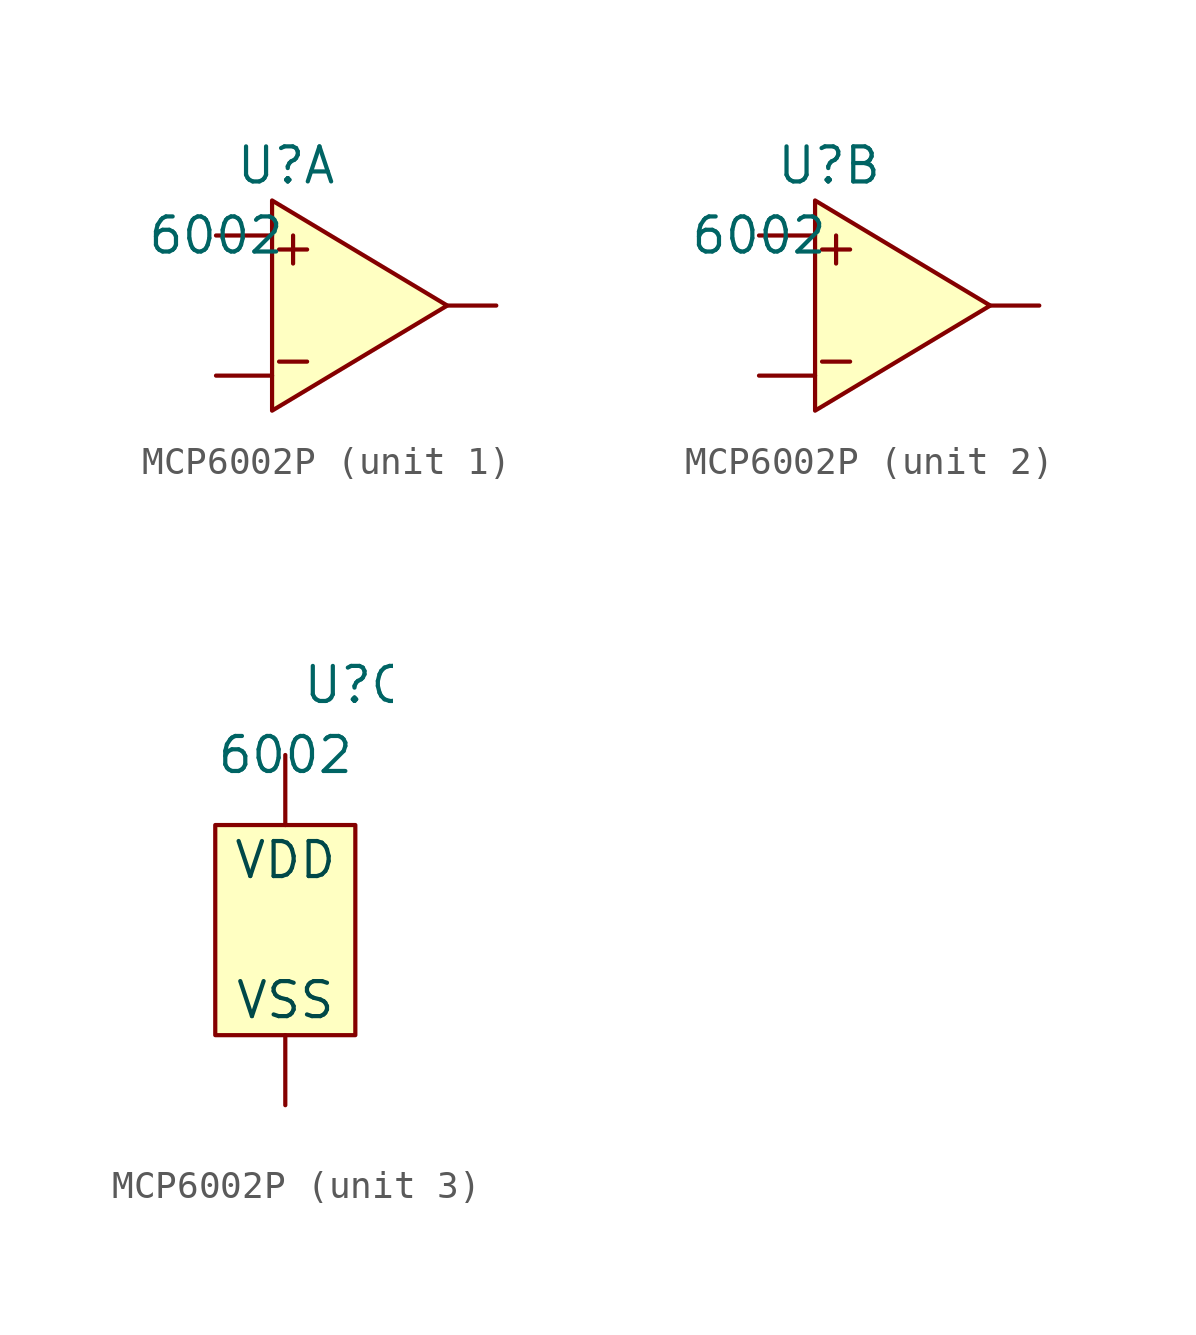
<source format=kicad_sym>
(kicad_symbol_lib
  (version 20231120)
  (generator "kicad_symbol_editor")
  (generator_version "8.0")
  (symbol "MCP6002P"
    (pin_numbers hide)
    (pin_names hide)
    (property "Reference" "U"
      (at 2.54 2.54 0)
      (effects (font (size 1.27 1.27))))
    (property "Value" "6002"
      (at 0 0 0)
      (effects (font (size 1.27 1.27))))
    (property "ki_locked" ""
      (at 0 0 0)
      (effects (font (size 1.27 1.27))))
    (symbol "MCP6002P_1_0"
      (pin bidirectional line (at 10.16 -2.54 180) (length 1.778) (name "AOUT" (effects (font (size 1.27 1.27)))) (number "1" (effects (font (size 1.27 1.27)))))
      (pin bidirectional line (at 0 -5.08 0) (length 2.032) (name "AIN-" (effects (font (size 1.27 1.27)))) (number "2" (effects (font (size 1.27 1.27)))))
      (pin bidirectional line (at 0 0 0) (length 2.032) (name "AIN+" (effects (font (size 1.27 1.27)))) (number "3" (effects (font (size 1.27 1.27))))))
    (symbol "MCP6002P_1_1"
      (polyline (pts (xy 2.286 -4.572) (xy 3.302 -4.572)) (stroke (width 0) (type default)) (fill (type none)))
      (polyline (pts (xy 2.286 -0.508) (xy 3.302 -0.508)) (stroke (width 0) (type default)) (fill (type none)))
      (polyline (pts (xy 2.794 0) (xy 2.794 -1.016)) (stroke (width 0) (type default)) (fill (type none)))
      (polyline (pts (xy 8.382 -2.54) (xy 2.032 1.27) (xy 2.032 -6.35) (xy 8.382 -2.54)) (stroke (width 0) (type default)) (fill (type background))))
    (symbol "MCP6002P_2_0"
      (pin bidirectional line (at 0 0 0) (length 2.032) (name "BIN+" (effects (font (size 1.27 1.27)))) (number "5" (effects (font (size 1.27 1.27)))))
      (pin bidirectional line (at 0 -5.08 0) (length 2.032) (name "BIN-" (effects (font (size 1.27 1.27)))) (number "6" (effects (font (size 1.27 1.27)))))
      (pin bidirectional line (at 10.16 -2.54 180) (length 1.778) (name "BOUT" (effects (font (size 1.27 1.27)))) (number "7" (effects (font (size 1.27 1.27))))))
    (symbol "MCP6002P_2_1"
      (polyline (pts (xy 2.286 -4.572) (xy 3.302 -4.572)) (stroke (width 0) (type default)) (fill (type none)))
      (polyline (pts (xy 2.286 -0.508) (xy 3.302 -0.508)) (stroke (width 0) (type default)) (fill (type none)))
      (polyline (pts (xy 2.794 0) (xy 2.794 -1.016)) (stroke (width 0) (type default)) (fill (type none)))
      (polyline (pts (xy 8.382 -2.54) (xy 2.032 1.27) (xy 2.032 -6.35) (xy 8.382 -2.54)) (stroke (width 0) (type default)) (fill (type background))))
    (symbol "MCP6002P_3_0"
      (pin power_in line (at 0 -12.7 90) (length 2.54) (name "VSS" (effects (font (size 1.27 1.27)))) (number "4" (effects (font (size 1.27 1.27)))))
      (pin power_in line (at 0 0 270) (length 2.54) (name "VDD" (effects (font (size 1.27 1.27)))) (number "8" (effects (font (size 1.27 1.27))))))
    (symbol "MCP6002P_3_1"
      (rectangle (start -2.54 -2.54) (end 2.54 -10.16) (stroke (width 0) (type default)) (fill (type background)))
      (text "VDD" (at 0 -3.81 0) (effects (font (size 1.27 1.27) (color 0 72 72 1))))
      (text "VSS" (at 0 -8.89 0) (effects (font (size 1.27 1.27) (color 0 72 72 1)))))))
</source>
